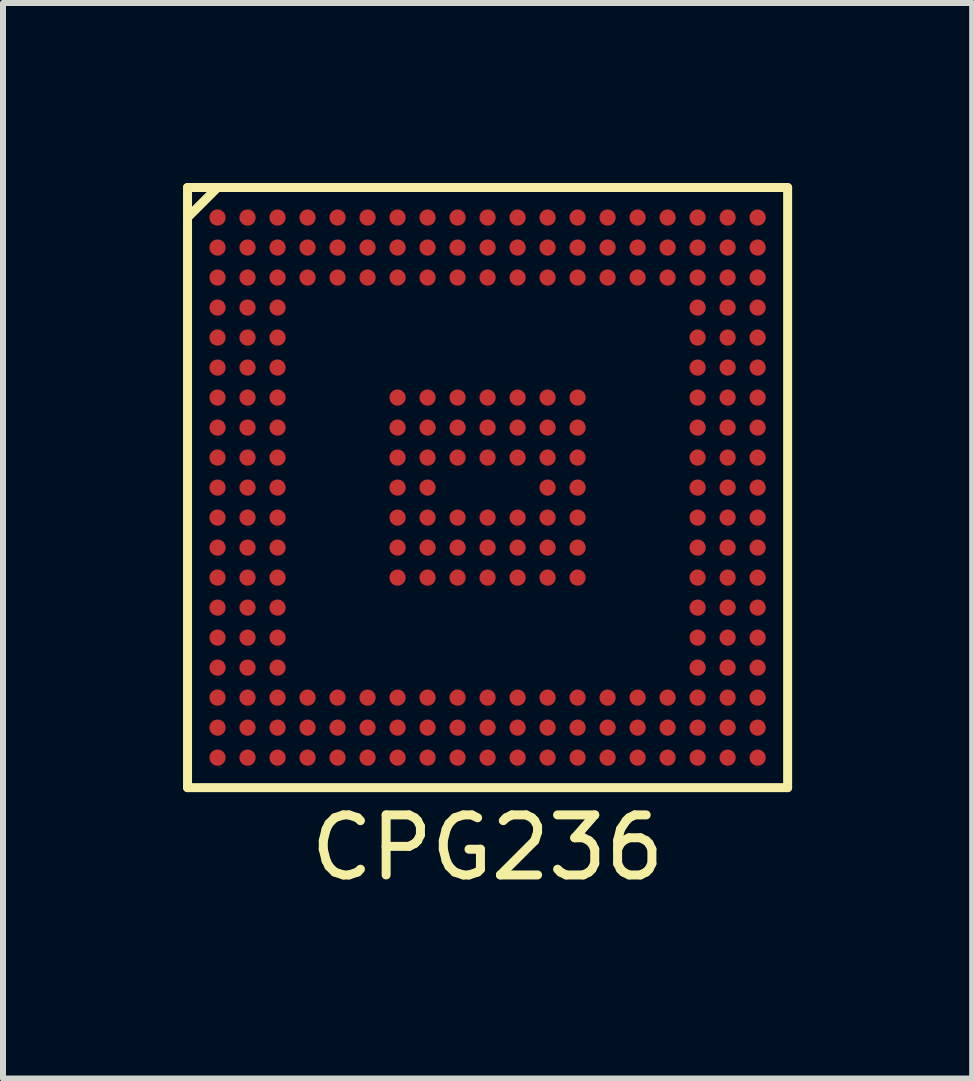
<source format=kicad_pcb>
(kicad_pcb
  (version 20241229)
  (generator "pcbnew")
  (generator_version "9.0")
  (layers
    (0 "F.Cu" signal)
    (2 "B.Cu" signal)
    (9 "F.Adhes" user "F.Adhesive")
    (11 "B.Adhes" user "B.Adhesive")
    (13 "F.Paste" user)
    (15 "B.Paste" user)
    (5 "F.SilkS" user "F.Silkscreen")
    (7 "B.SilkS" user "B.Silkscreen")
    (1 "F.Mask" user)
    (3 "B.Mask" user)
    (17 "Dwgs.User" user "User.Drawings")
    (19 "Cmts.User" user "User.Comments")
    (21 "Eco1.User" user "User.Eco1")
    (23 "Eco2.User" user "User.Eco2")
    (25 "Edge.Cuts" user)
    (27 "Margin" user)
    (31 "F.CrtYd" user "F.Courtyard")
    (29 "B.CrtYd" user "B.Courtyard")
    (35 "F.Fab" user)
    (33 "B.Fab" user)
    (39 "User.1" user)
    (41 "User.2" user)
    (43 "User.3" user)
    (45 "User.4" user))
  (footprint "CPG236"
    (layer "F.Cu")
    (at 5.075 5.075)
    (property "Reference" "CPG236" (at 0 6 0) (layer "F.SilkS") (effects (font (size 1 1) (thickness 0.15))))
    (attr through_hole)
    (fp_line (start -5 -5) (end -5 5) (stroke (width 0.15) (type solid)) (layer "F.SilkS"))
    (fp_line (start -5 -4.5) (end -4.5 -5) (stroke (width 0.15) (type solid)) (layer "F.SilkS"))
    (fp_line (start -5 5) (end 5 5) (stroke (width 0.15) (type solid)) (layer "F.SilkS"))
    (fp_line (start 5 -5) (end -5 -5) (stroke (width 0.15) (type solid)) (layer "F.SilkS"))
    (fp_line (start 5 5) (end 5 -5) (stroke (width 0.15) (type solid)) (layer "F.SilkS"))
    (pad "A1" smd circle (at -4.5 -4.5) (size 0.27 0.27) (layers "F.Cu" "F.Mask" "F.Paste"))
    (pad "A2" smd circle (at -4 -4.5) (size 0.27 0.27) (layers "F.Cu" "F.Mask" "F.Paste"))
    (pad "A3" smd circle (at -3.5 -4.5) (size 0.27 0.27) (layers "F.Cu" "F.Mask" "F.Paste"))
    (pad "A4" smd circle (at -3 -4.5) (size 0.27 0.27) (layers "F.Cu" "F.Mask" "F.Paste"))
    (pad "A5" smd circle (at -2.5 -4.5) (size 0.27 0.27) (layers "F.Cu" "F.Mask" "F.Paste"))
    (pad "A6" smd circle (at -2 -4.5) (size 0.27 0.27) (layers "F.Cu" "F.Mask" "F.Paste"))
    (pad "A7" smd circle (at -1.5 -4.5) (size 0.27 0.27) (layers "F.Cu" "F.Mask" "F.Paste"))
    (pad "A8" smd circle (at -1 -4.5) (size 0.27 0.27) (layers "F.Cu" "F.Mask" "F.Paste"))
    (pad "A9" smd circle (at -0.5 -4.5) (size 0.27 0.27) (layers "F.Cu" "F.Mask" "F.Paste"))
    (pad "A10" smd circle (at 0 -4.5) (size 0.27 0.27) (layers "F.Cu" "F.Mask" "F.Paste"))
    (pad "A11" smd circle (at 0.5 -4.5) (size 0.27 0.27) (layers "F.Cu" "F.Mask" "F.Paste"))
    (pad "A12" smd circle (at 1 -4.5) (size 0.27 0.27) (layers "F.Cu" "F.Mask" "F.Paste"))
    (pad "A13" smd circle (at 1.5 -4.5) (size 0.27 0.27) (layers "F.Cu" "F.Mask" "F.Paste"))
    (pad "A14" smd circle (at 2 -4.5) (size 0.27 0.27) (layers "F.Cu" "F.Mask" "F.Paste"))
    (pad "A15" smd circle (at 2.5 -4.5) (size 0.27 0.27) (layers "F.Cu" "F.Mask" "F.Paste"))
    (pad "A16" smd circle (at 3 -4.5) (size 0.27 0.27) (layers "F.Cu" "F.Mask" "F.Paste"))
    (pad "A17" smd circle (at 3.5 -4.5) (size 0.27 0.27) (layers "F.Cu" "F.Mask" "F.Paste"))
    (pad "A18" smd circle (at 4 -4.5) (size 0.27 0.27) (layers "F.Cu" "F.Mask" "F.Paste"))
    (pad "A19" smd circle (at 4.5 -4.5) (size 0.27 0.27) (layers "F.Cu" "F.Mask" "F.Paste"))
    (pad "B1" smd circle (at -4.5 -4) (size 0.27 0.27) (layers "F.Cu" "F.Mask" "F.Paste"))
    (pad "B2" smd circle (at -4 -4) (size 0.27 0.27) (layers "F.Cu" "F.Mask" "F.Paste"))
    (pad "B3" smd circle (at -3.5 -4) (size 0.27 0.27) (layers "F.Cu" "F.Mask" "F.Paste"))
    (pad "B4" smd circle (at -3 -4) (size 0.27 0.27) (layers "F.Cu" "F.Mask" "F.Paste"))
    (pad "B5" smd circle (at -2.5 -4) (size 0.27 0.27) (layers "F.Cu" "F.Mask" "F.Paste"))
    (pad "B6" smd circle (at -2 -4) (size 0.27 0.27) (layers "F.Cu" "F.Mask" "F.Paste"))
    (pad "B7" smd circle (at -1.5 -4) (size 0.27 0.27) (layers "F.Cu" "F.Mask" "F.Paste"))
    (pad "B8" smd circle (at -1 -4) (size 0.27 0.27) (layers "F.Cu" "F.Mask" "F.Paste"))
    (pad "B9" smd circle (at -0.5 -4) (size 0.27 0.27) (layers "F.Cu" "F.Mask" "F.Paste"))
    (pad "B10" smd circle (at 0 -4) (size 0.27 0.27) (layers "F.Cu" "F.Mask" "F.Paste"))
    (pad "B11" smd circle (at 0.5 -4) (size 0.27 0.27) (layers "F.Cu" "F.Mask" "F.Paste"))
    (pad "B12" smd circle (at 1 -4) (size 0.27 0.27) (layers "F.Cu" "F.Mask" "F.Paste"))
    (pad "B13" smd circle (at 1.5 -4) (size 0.27 0.27) (layers "F.Cu" "F.Mask" "F.Paste"))
    (pad "B14" smd circle (at 2 -4) (size 0.27 0.27) (layers "F.Cu" "F.Mask" "F.Paste"))
    (pad "B15" smd circle (at 2.5 -4) (size 0.27 0.27) (layers "F.Cu" "F.Mask" "F.Paste"))
    (pad "B16" smd circle (at 3 -4) (size 0.27 0.27) (layers "F.Cu" "F.Mask" "F.Paste"))
    (pad "B17" smd circle (at 3.5 -4) (size 0.27 0.27) (layers "F.Cu" "F.Mask" "F.Paste"))
    (pad "B18" smd circle (at 4 -4) (size 0.27 0.27) (layers "F.Cu" "F.Mask" "F.Paste"))
    (pad "B19" smd circle (at 4.5 -4) (size 0.27 0.27) (layers "F.Cu" "F.Mask" "F.Paste"))
    (pad "C1" smd circle (at -4.5 -3.5) (size 0.27 0.27) (layers "F.Cu" "F.Mask" "F.Paste"))
    (pad "C2" smd circle (at -4 -3.5) (size 0.27 0.27) (layers "F.Cu" "F.Mask" "F.Paste"))
    (pad "C3" smd circle (at -3.5 -3.5) (size 0.27 0.27) (layers "F.Cu" "F.Mask" "F.Paste"))
    (pad "C4" smd circle (at -3 -3.5) (size 0.27 0.27) (layers "F.Cu" "F.Mask" "F.Paste"))
    (pad "C5" smd circle (at -2.5 -3.5) (size 0.27 0.27) (layers "F.Cu" "F.Mask" "F.Paste"))
    (pad "C6" smd circle (at -2 -3.5) (size 0.27 0.27) (layers "F.Cu" "F.Mask" "F.Paste"))
    (pad "C7" smd circle (at -1.5 -3.5) (size 0.27 0.27) (layers "F.Cu" "F.Mask" "F.Paste"))
    (pad "C8" smd circle (at -1 -3.5) (size 0.27 0.27) (layers "F.Cu" "F.Mask" "F.Paste"))
    (pad "C9" smd circle (at -0.5 -3.5) (size 0.27 0.27) (layers "F.Cu" "F.Mask" "F.Paste"))
    (pad "C10" smd circle (at 0 -3.5) (size 0.27 0.27) (layers "F.Cu" "F.Mask" "F.Paste"))
    (pad "C11" smd circle (at 0.5 -3.5) (size 0.27 0.27) (layers "F.Cu" "F.Mask" "F.Paste"))
    (pad "C12" smd circle (at 1 -3.5) (size 0.27 0.27) (layers "F.Cu" "F.Mask" "F.Paste"))
    (pad "C13" smd circle (at 1.5 -3.5) (size 0.27 0.27) (layers "F.Cu" "F.Mask" "F.Paste"))
    (pad "C14" smd circle (at 2 -3.5) (size 0.27 0.27) (layers "F.Cu" "F.Mask" "F.Paste"))
    (pad "C15" smd circle (at 2.5 -3.5) (size 0.27 0.27) (layers "F.Cu" "F.Mask" "F.Paste"))
    (pad "C16" smd circle (at 3 -3.5) (size 0.27 0.27) (layers "F.Cu" "F.Mask" "F.Paste"))
    (pad "C17" smd circle (at 3.5 -3.5) (size 0.27 0.27) (layers "F.Cu" "F.Mask" "F.Paste"))
    (pad "C18" smd circle (at 4 -3.5) (size 0.27 0.27) (layers "F.Cu" "F.Mask" "F.Paste"))
    (pad "C19" smd circle (at 4.5 -3.5) (size 0.27 0.27) (layers "F.Cu" "F.Mask" "F.Paste"))
    (pad "D1" smd circle (at -4.5 -3) (size 0.27 0.27) (layers "F.Cu" "F.Mask" "F.Paste"))
    (pad "D2" smd circle (at -4 -3) (size 0.27 0.27) (layers "F.Cu" "F.Mask" "F.Paste"))
    (pad "D3" smd circle (at -3.5 -3) (size 0.27 0.27) (layers "F.Cu" "F.Mask" "F.Paste"))
    (pad "D17" smd circle (at 3.5 -3) (size 0.27 0.27) (layers "F.Cu" "F.Mask" "F.Paste"))
    (pad "D18" smd circle (at 4 -3) (size 0.27 0.27) (layers "F.Cu" "F.Mask" "F.Paste"))
    (pad "D19" smd circle (at 4.5 -3) (size 0.27 0.27) (layers "F.Cu" "F.Mask" "F.Paste"))
    (pad "E1" smd circle (at -4.5 -2.5) (size 0.27 0.27) (layers "F.Cu" "F.Mask" "F.Paste"))
    (pad "E2" smd circle (at -4 -2.5) (size 0.27 0.27) (layers "F.Cu" "F.Mask" "F.Paste"))
    (pad "E3" smd circle (at -3.5 -2.5) (size 0.27 0.27) (layers "F.Cu" "F.Mask" "F.Paste"))
    (pad "E17" smd circle (at 3.5 -2.5) (size 0.27 0.27) (layers "F.Cu" "F.Mask" "F.Paste"))
    (pad "E18" smd circle (at 4 -2.5) (size 0.27 0.27) (layers "F.Cu" "F.Mask" "F.Paste"))
    (pad "E19" smd circle (at 4.5 -2.5) (size 0.27 0.27) (layers "F.Cu" "F.Mask" "F.Paste"))
    (pad "F1" smd circle (at -4.5 -2) (size 0.27 0.27) (layers "F.Cu" "F.Mask" "F.Paste"))
    (pad "F2" smd circle (at -4 -2) (size 0.27 0.27) (layers "F.Cu" "F.Mask" "F.Paste"))
    (pad "F3" smd circle (at -3.5 -2) (size 0.27 0.27) (layers "F.Cu" "F.Mask" "F.Paste"))
    (pad "F17" smd circle (at 3.5 -2) (size 0.27 0.27) (layers "F.Cu" "F.Mask" "F.Paste"))
    (pad "F18" smd circle (at 4 -2) (size 0.27 0.27) (layers "F.Cu" "F.Mask" "F.Paste"))
    (pad "F19" smd circle (at 4.5 -2) (size 0.27 0.27) (layers "F.Cu" "F.Mask" "F.Paste"))
    (pad "G1" smd circle (at -4.5 -1.5) (size 0.27 0.27) (layers "F.Cu" "F.Mask" "F.Paste"))
    (pad "G2" smd circle (at -4 -1.5) (size 0.27 0.27) (layers "F.Cu" "F.Mask" "F.Paste"))
    (pad "G3" smd circle (at -3.5 -1.5) (size 0.27 0.27) (layers "F.Cu" "F.Mask" "F.Paste"))
    (pad "G7" smd circle (at -1.5 -1.5) (size 0.27 0.27) (layers "F.Cu" "F.Mask" "F.Paste"))
    (pad "G8" smd circle (at -1 -1.5) (size 0.27 0.27) (layers "F.Cu" "F.Mask" "F.Paste"))
    (pad "G9" smd circle (at -0.5 -1.5) (size 0.27 0.27) (layers "F.Cu" "F.Mask" "F.Paste"))
    (pad "G10" smd circle (at 0 -1.5) (size 0.27 0.27) (layers "F.Cu" "F.Mask" "F.Paste"))
    (pad "G11" smd circle (at 0.5 -1.5) (size 0.27 0.27) (layers "F.Cu" "F.Mask" "F.Paste"))
    (pad "G12" smd circle (at 1 -1.5) (size 0.27 0.27) (layers "F.Cu" "F.Mask" "F.Paste"))
    (pad "G13" smd circle (at 1.5 -1.5) (size 0.27 0.27) (layers "F.Cu" "F.Mask" "F.Paste"))
    (pad "G17" smd circle (at 3.5 -1.5) (size 0.27 0.27) (layers "F.Cu" "F.Mask" "F.Paste"))
    (pad "G18" smd circle (at 4 -1.5) (size 0.27 0.27) (layers "F.Cu" "F.Mask" "F.Paste"))
    (pad "G19" smd circle (at 4.5 -1.5) (size 0.27 0.27) (layers "F.Cu" "F.Mask" "F.Paste"))
    (pad "H1" smd circle (at -4.5 -1) (size 0.27 0.27) (layers "F.Cu" "F.Mask" "F.Paste"))
    (pad "H2" smd circle (at -4 -1) (size 0.27 0.27) (layers "F.Cu" "F.Mask" "F.Paste"))
    (pad "H3" smd circle (at -3.5 -1) (size 0.27 0.27) (layers "F.Cu" "F.Mask" "F.Paste"))
    (pad "H7" smd circle (at -1.5 -1) (size 0.27 0.27) (layers "F.Cu" "F.Mask" "F.Paste"))
    (pad "H8" smd circle (at -1 -1) (size 0.27 0.27) (layers "F.Cu" "F.Mask" "F.Paste"))
    (pad "H9" smd circle (at -0.5 -1) (size 0.27 0.27) (layers "F.Cu" "F.Mask" "F.Paste"))
    (pad "H10" smd circle (at 0 -1) (size 0.27 0.27) (layers "F.Cu" "F.Mask" "F.Paste"))
    (pad "H11" smd circle (at 0.5 -1) (size 0.27 0.27) (layers "F.Cu" "F.Mask" "F.Paste"))
    (pad "H12" smd circle (at 1 -1) (size 0.27 0.27) (layers "F.Cu" "F.Mask" "F.Paste"))
    (pad "H13" smd circle (at 1.5 -1) (size 0.27 0.27) (layers "F.Cu" "F.Mask" "F.Paste"))
    (pad "H17" smd circle (at 3.5 -1) (size 0.27 0.27) (layers "F.Cu" "F.Mask" "F.Paste"))
    (pad "H18" smd circle (at 4 -1) (size 0.27 0.27) (layers "F.Cu" "F.Mask" "F.Paste"))
    (pad "H19" smd circle (at 4.5 -1) (size 0.27 0.27) (layers "F.Cu" "F.Mask" "F.Paste"))
    (pad "J1" smd circle (at -4.5 -0.5) (size 0.27 0.27) (layers "F.Cu" "F.Mask" "F.Paste"))
    (pad "J2" smd circle (at -4 -0.5) (size 0.27 0.27) (layers "F.Cu" "F.Mask" "F.Paste"))
    (pad "J3" smd circle (at -3.5 -0.5) (size 0.27 0.27) (layers "F.Cu" "F.Mask" "F.Paste"))
    (pad "J7" smd circle (at -1.5 -0.5) (size 0.27 0.27) (layers "F.Cu" "F.Mask" "F.Paste"))
    (pad "J8" smd circle (at -1 -0.5) (size 0.27 0.27) (layers "F.Cu" "F.Mask" "F.Paste"))
    (pad "J9" smd circle (at -0.5 -0.5) (size 0.27 0.27) (layers "F.Cu" "F.Mask" "F.Paste"))
    (pad "J10" smd circle (at 0 -0.5) (size 0.27 0.27) (layers "F.Cu" "F.Mask" "F.Paste"))
    (pad "J11" smd circle (at 0.5 -0.5) (size 0.27 0.27) (layers "F.Cu" "F.Mask" "F.Paste"))
    (pad "J12" smd circle (at 1 -0.5) (size 0.27 0.27) (layers "F.Cu" "F.Mask" "F.Paste"))
    (pad "J13" smd circle (at 1.5 -0.5) (size 0.27 0.27) (layers "F.Cu" "F.Mask" "F.Paste"))
    (pad "J17" smd circle (at 3.5 -0.5) (size 0.27 0.27) (layers "F.Cu" "F.Mask" "F.Paste"))
    (pad "J18" smd circle (at 4 -0.5) (size 0.27 0.27) (layers "F.Cu" "F.Mask" "F.Paste"))
    (pad "J19" smd circle (at 4.5 -0.5) (size 0.27 0.27) (layers "F.Cu" "F.Mask" "F.Paste"))
    (pad "K1" smd circle (at -4.5 0) (size 0.27 0.27) (layers "F.Cu" "F.Mask" "F.Paste"))
    (pad "K2" smd circle (at -4 0) (size 0.27 0.27) (layers "F.Cu" "F.Mask" "F.Paste"))
    (pad "K3" smd circle (at -3.5 0) (size 0.27 0.27) (layers "F.Cu" "F.Mask" "F.Paste"))
    (pad "K7" smd circle (at -1.5 0) (size 0.27 0.27) (layers "F.Cu" "F.Mask" "F.Paste"))
    (pad "K8" smd circle (at -1 0) (size 0.27 0.27) (layers "F.Cu" "F.Mask" "F.Paste"))
    (pad "K12" smd circle (at 1 0) (size 0.27 0.27) (layers "F.Cu" "F.Mask" "F.Paste"))
    (pad "K13" smd circle (at 1.5 0) (size 0.27 0.27) (layers "F.Cu" "F.Mask" "F.Paste"))
    (pad "K17" smd circle (at 3.5 0) (size 0.27 0.27) (layers "F.Cu" "F.Mask" "F.Paste"))
    (pad "K18" smd circle (at 4 0) (size 0.27 0.27) (layers "F.Cu" "F.Mask" "F.Paste"))
    (pad "K19" smd circle (at 4.5 0) (size 0.27 0.27) (layers "F.Cu" "F.Mask" "F.Paste"))
    (pad "L1" smd circle (at -4.5 0.5) (size 0.27 0.27) (layers "F.Cu" "F.Mask" "F.Paste"))
    (pad "L2" smd circle (at -4 0.5) (size 0.27 0.27) (layers "F.Cu" "F.Mask" "F.Paste"))
    (pad "L3" smd circle (at -3.5 0.5) (size 0.27 0.27) (layers "F.Cu" "F.Mask" "F.Paste"))
    (pad "L7" smd circle (at -1.5 0.5) (size 0.27 0.27) (layers "F.Cu" "F.Mask" "F.Paste"))
    (pad "L8" smd circle (at -1 0.5) (size 0.27 0.27) (layers "F.Cu" "F.Mask" "F.Paste"))
    (pad "L9" smd circle (at -0.5 0.5) (size 0.27 0.27) (layers "F.Cu" "F.Mask" "F.Paste"))
    (pad "L10" smd circle (at 0 0.5) (size 0.27 0.27) (layers "F.Cu" "F.Mask" "F.Paste"))
    (pad "L11" smd circle (at 0.5 0.5) (size 0.27 0.27) (layers "F.Cu" "F.Mask" "F.Paste"))
    (pad "L12" smd circle (at 1 0.5) (size 0.27 0.27) (layers "F.Cu" "F.Mask" "F.Paste"))
    (pad "L13" smd circle (at 1.5 0.5) (size 0.27 0.27) (layers "F.Cu" "F.Mask" "F.Paste"))
    (pad "L17" smd circle (at 3.5 0.5) (size 0.27 0.27) (layers "F.Cu" "F.Mask" "F.Paste"))
    (pad "L18" smd circle (at 4 0.5) (size 0.27 0.27) (layers "F.Cu" "F.Mask" "F.Paste"))
    (pad "L19" smd circle (at 4.5 0.5) (size 0.27 0.27) (layers "F.Cu" "F.Mask" "F.Paste"))
    (pad "M1" smd circle (at -4.5 1) (size 0.27 0.27) (layers "F.Cu" "F.Mask" "F.Paste"))
    (pad "M2" smd circle (at -4 1) (size 0.27 0.27) (layers "F.Cu" "F.Mask" "F.Paste"))
    (pad "M3" smd circle (at -3.5 1) (size 0.27 0.27) (layers "F.Cu" "F.Mask" "F.Paste"))
    (pad "M7" smd circle (at -1.5 1) (size 0.27 0.27) (layers "F.Cu" "F.Mask" "F.Paste"))
    (pad "M8" smd circle (at -1 1) (size 0.27 0.27) (layers "F.Cu" "F.Mask" "F.Paste"))
    (pad "M9" smd circle (at -0.5 1) (size 0.27 0.27) (layers "F.Cu" "F.Mask" "F.Paste"))
    (pad "M10" smd circle (at 0 1) (size 0.27 0.27) (layers "F.Cu" "F.Mask" "F.Paste"))
    (pad "M11" smd circle (at 0.5 1) (size 0.27 0.27) (layers "F.Cu" "F.Mask" "F.Paste"))
    (pad "M12" smd circle (at 1 1) (size 0.27 0.27) (layers "F.Cu" "F.Mask" "F.Paste"))
    (pad "M13" smd circle (at 1.5 1) (size 0.27 0.27) (layers "F.Cu" "F.Mask" "F.Paste"))
    (pad "M17" smd circle (at 3.5 1) (size 0.27 0.27) (layers "F.Cu" "F.Mask" "F.Paste"))
    (pad "M18" smd circle (at 4 1) (size 0.27 0.27) (layers "F.Cu" "F.Mask" "F.Paste"))
    (pad "M19" smd circle (at 4.5 1) (size 0.27 0.27) (layers "F.Cu" "F.Mask" "F.Paste"))
    (pad "N1" smd circle (at -4.5 1.5) (size 0.27 0.27) (layers "F.Cu" "F.Mask" "F.Paste"))
    (pad "N2" smd circle (at -4 1.5) (size 0.27 0.27) (layers "F.Cu" "F.Mask" "F.Paste"))
    (pad "N3" smd circle (at -3.5 1.5) (size 0.27 0.27) (layers "F.Cu" "F.Mask" "F.Paste"))
    (pad "N7" smd circle (at -1.5 1.5) (size 0.27 0.27) (layers "F.Cu" "F.Mask" "F.Paste"))
    (pad "N8" smd circle (at -1 1.5) (size 0.27 0.27) (layers "F.Cu" "F.Mask" "F.Paste"))
    (pad "N9" smd circle (at -0.5 1.5) (size 0.27 0.27) (layers "F.Cu" "F.Mask" "F.Paste"))
    (pad "N10" smd circle (at 0 1.5) (size 0.27 0.27) (layers "F.Cu" "F.Mask" "F.Paste"))
    (pad "N11" smd circle (at 0.5 1.5) (size 0.27 0.27) (layers "F.Cu" "F.Mask" "F.Paste"))
    (pad "N12" smd circle (at 1 1.5) (size 0.27 0.27) (layers "F.Cu" "F.Mask" "F.Paste"))
    (pad "N13" smd circle (at 1.5 1.5) (size 0.27 0.27) (layers "F.Cu" "F.Mask" "F.Paste"))
    (pad "N17" smd circle (at 3.5 1.5) (size 0.27 0.27) (layers "F.Cu" "F.Mask" "F.Paste"))
    (pad "N18" smd circle (at 4 1.5) (size 0.27 0.27) (layers "F.Cu" "F.Mask" "F.Paste"))
    (pad "N19" smd circle (at 4.5 1.5) (size 0.27 0.27) (layers "F.Cu" "F.Mask" "F.Paste"))
    (pad "P1" smd circle (at -4.5 2) (size 0.27 0.27) (layers "F.Cu" "F.Mask" "F.Paste"))
    (pad "P2" smd circle (at -4 2) (size 0.27 0.27) (layers "F.Cu" "F.Mask" "F.Paste"))
    (pad "P3" smd circle (at -3.5 2) (size 0.27 0.27) (layers "F.Cu" "F.Mask" "F.Paste"))
    (pad "P17" smd circle (at 3.5 2) (size 0.27 0.27) (layers "F.Cu" "F.Mask" "F.Paste"))
    (pad "P18" smd circle (at 4 2) (size 0.27 0.27) (layers "F.Cu" "F.Mask" "F.Paste"))
    (pad "P19" smd circle (at 4.5 2) (size 0.27 0.27) (layers "F.Cu" "F.Mask" "F.Paste"))
    (pad "R1" smd circle (at -4.5 2.5) (size 0.27 0.27) (layers "F.Cu" "F.Mask" "F.Paste"))
    (pad "R2" smd circle (at -4 2.5) (size 0.27 0.27) (layers "F.Cu" "F.Mask" "F.Paste"))
    (pad "R3" smd circle (at -3.5 2.5) (size 0.27 0.27) (layers "F.Cu" "F.Mask" "F.Paste"))
    (pad "R17" smd circle (at 3.5 2.5) (size 0.27 0.27) (layers "F.Cu" "F.Mask" "F.Paste"))
    (pad "R18" smd circle (at 4 2.5) (size 0.27 0.27) (layers "F.Cu" "F.Mask" "F.Paste"))
    (pad "R19" smd circle (at 4.5 2.5) (size 0.27 0.27) (layers "F.Cu" "F.Mask" "F.Paste"))
    (pad "T1" smd circle (at -4.5 3) (size 0.27 0.27) (layers "F.Cu" "F.Mask" "F.Paste"))
    (pad "T2" smd circle (at -4 3) (size 0.27 0.27) (layers "F.Cu" "F.Mask" "F.Paste"))
    (pad "T3" smd circle (at -3.5 3) (size 0.27 0.27) (layers "F.Cu" "F.Mask" "F.Paste"))
    (pad "T17" smd circle (at 3.5 3) (size 0.27 0.27) (layers "F.Cu" "F.Mask" "F.Paste"))
    (pad "T18" smd circle (at 4 3) (size 0.27 0.27) (layers "F.Cu" "F.Mask" "F.Paste"))
    (pad "T19" smd circle (at 4.5 3) (size 0.27 0.27) (layers "F.Cu" "F.Mask" "F.Paste"))
    (pad "U1" smd circle (at -4.5 3.5) (size 0.27 0.27) (layers "F.Cu" "F.Mask" "F.Paste"))
    (pad "U2" smd circle (at -4 3.5) (size 0.27 0.27) (layers "F.Cu" "F.Mask" "F.Paste"))
    (pad "U3" smd circle (at -3.5 3.5) (size 0.27 0.27) (layers "F.Cu" "F.Mask" "F.Paste"))
    (pad "U4" smd circle (at -3 3.5) (size 0.27 0.27) (layers "F.Cu" "F.Mask" "F.Paste"))
    (pad "U5" smd circle (at -2.5 3.5) (size 0.27 0.27) (layers "F.Cu" "F.Mask" "F.Paste"))
    (pad "U6" smd circle (at -2 3.5) (size 0.27 0.27) (layers "F.Cu" "F.Mask" "F.Paste"))
    (pad "U7" smd circle (at -1.5 3.5) (size 0.27 0.27) (layers "F.Cu" "F.Mask" "F.Paste"))
    (pad "U8" smd circle (at -1 3.5) (size 0.27 0.27) (layers "F.Cu" "F.Mask" "F.Paste"))
    (pad "U9" smd circle (at -0.5 3.5) (size 0.27 0.27) (layers "F.Cu" "F.Mask" "F.Paste"))
    (pad "U10" smd circle (at 0 3.5) (size 0.27 0.27) (layers "F.Cu" "F.Mask" "F.Paste"))
    (pad "U11" smd circle (at 0.5 3.5) (size 0.27 0.27) (layers "F.Cu" "F.Mask" "F.Paste"))
    (pad "U12" smd circle (at 1 3.5) (size 0.27 0.27) (layers "F.Cu" "F.Mask" "F.Paste"))
    (pad "U13" smd circle (at 1.5 3.5) (size 0.27 0.27) (layers "F.Cu" "F.Mask" "F.Paste"))
    (pad "U14" smd circle (at 2 3.5) (size 0.27 0.27) (layers "F.Cu" "F.Mask" "F.Paste"))
    (pad "U15" smd circle (at 2.5 3.5) (size 0.27 0.27) (layers "F.Cu" "F.Mask" "F.Paste"))
    (pad "U16" smd circle (at 3 3.5) (size 0.27 0.27) (layers "F.Cu" "F.Mask" "F.Paste"))
    (pad "U17" smd circle (at 3.5 3.5) (size 0.27 0.27) (layers "F.Cu" "F.Mask" "F.Paste"))
    (pad "U18" smd circle (at 4 3.5) (size 0.27 0.27) (layers "F.Cu" "F.Mask" "F.Paste"))
    (pad "U19" smd circle (at 4.5 3.5) (size 0.27 0.27) (layers "F.Cu" "F.Mask" "F.Paste"))
    (pad "V1" smd circle (at -4.5 4) (size 0.27 0.27) (layers "F.Cu" "F.Mask" "F.Paste"))
    (pad "V2" smd circle (at -4 4) (size 0.27 0.27) (layers "F.Cu" "F.Mask" "F.Paste"))
    (pad "V3" smd circle (at -3.5 4) (size 0.27 0.27) (layers "F.Cu" "F.Mask" "F.Paste"))
    (pad "V4" smd circle (at -3 4) (size 0.27 0.27) (layers "F.Cu" "F.Mask" "F.Paste"))
    (pad "V5" smd circle (at -2.5 4) (size 0.27 0.27) (layers "F.Cu" "F.Mask" "F.Paste"))
    (pad "V6" smd circle (at -2 4) (size 0.27 0.27) (layers "F.Cu" "F.Mask" "F.Paste"))
    (pad "V7" smd circle (at -1.5 4) (size 0.27 0.27) (layers "F.Cu" "F.Mask" "F.Paste"))
    (pad "V8" smd circle (at -1 4) (size 0.27 0.27) (layers "F.Cu" "F.Mask" "F.Paste"))
    (pad "V9" smd circle (at -0.5 4) (size 0.27 0.27) (layers "F.Cu" "F.Mask" "F.Paste"))
    (pad "V10" smd circle (at 0 4) (size 0.27 0.27) (layers "F.Cu" "F.Mask" "F.Paste"))
    (pad "V11" smd circle (at 0.5 4) (size 0.27 0.27) (layers "F.Cu" "F.Mask" "F.Paste"))
    (pad "V12" smd circle (at 1 4) (size 0.27 0.27) (layers "F.Cu" "F.Mask" "F.Paste"))
    (pad "V13" smd circle (at 1.5 4) (size 0.27 0.27) (layers "F.Cu" "F.Mask" "F.Paste"))
    (pad "V14" smd circle (at 2 4) (size 0.27 0.27) (layers "F.Cu" "F.Mask" "F.Paste"))
    (pad "V15" smd circle (at 2.5 4) (size 0.27 0.27) (layers "F.Cu" "F.Mask" "F.Paste"))
    (pad "V16" smd circle (at 3 4) (size 0.27 0.27) (layers "F.Cu" "F.Mask" "F.Paste"))
    (pad "V17" smd circle (at 3.5 4) (size 0.27 0.27) (layers "F.Cu" "F.Mask" "F.Paste"))
    (pad "V18" smd circle (at 4 4) (size 0.27 0.27) (layers "F.Cu" "F.Mask" "F.Paste"))
    (pad "V19" smd circle (at 4.5 4) (size 0.27 0.27) (layers "F.Cu" "F.Mask" "F.Paste"))
    (pad "W1" smd circle (at -4.5 4.5) (size 0.27 0.27) (layers "F.Cu" "F.Mask" "F.Paste"))
    (pad "W2" smd circle (at -4 4.5) (size 0.27 0.27) (layers "F.Cu" "F.Mask" "F.Paste"))
    (pad "W3" smd circle (at -3.5 4.5) (size 0.27 0.27) (layers "F.Cu" "F.Mask" "F.Paste"))
    (pad "W4" smd circle (at -3 4.5) (size 0.27 0.27) (layers "F.Cu" "F.Mask" "F.Paste"))
    (pad "W5" smd circle (at -2.5 4.5) (size 0.27 0.27) (layers "F.Cu" "F.Mask" "F.Paste"))
    (pad "W6" smd circle (at -2 4.5) (size 0.27 0.27) (layers "F.Cu" "F.Mask" "F.Paste"))
    (pad "W7" smd circle (at -1.5 4.5) (size 0.27 0.27) (layers "F.Cu" "F.Mask" "F.Paste"))
    (pad "W8" smd circle (at -1 4.5) (size 0.27 0.27) (layers "F.Cu" "F.Mask" "F.Paste"))
    (pad "W9" smd circle (at -0.5 4.5) (size 0.27 0.27) (layers "F.Cu" "F.Mask" "F.Paste"))
    (pad "W10" smd circle (at 0 4.5) (size 0.27 0.27) (layers "F.Cu" "F.Mask" "F.Paste"))
    (pad "W11" smd circle (at 0.5 4.5) (size 0.27 0.27) (layers "F.Cu" "F.Mask" "F.Paste"))
    (pad "W12" smd circle (at 1 4.5) (size 0.27 0.27) (layers "F.Cu" "F.Mask" "F.Paste"))
    (pad "W13" smd circle (at 1.5 4.5) (size 0.27 0.27) (layers "F.Cu" "F.Mask" "F.Paste"))
    (pad "W14" smd circle (at 2 4.5) (size 0.27 0.27) (layers "F.Cu" "F.Mask" "F.Paste"))
    (pad "W15" smd circle (at 2.5 4.5) (size 0.27 0.27) (layers "F.Cu" "F.Mask" "F.Paste"))
    (pad "W16" smd circle (at 3 4.5) (size 0.27 0.27) (layers "F.Cu" "F.Mask" "F.Paste"))
    (pad "W17" smd circle (at 3.5 4.5) (size 0.27 0.27) (layers "F.Cu" "F.Mask" "F.Paste"))
    (pad "W18" smd circle (at 4 4.5) (size 0.27 0.27) (layers "F.Cu" "F.Mask" "F.Paste"))
    (pad "W19" smd circle (at 4.5 4.5) (size 0.27 0.27) (layers "F.Cu" "F.Mask" "F.Paste")))
  (gr_rect
    (start -3 -3)
    (end 13.15 14.923)
    (stroke (width 0.1) (type default))
    (fill no)
    (layer "Edge.Cuts")))
</source>
